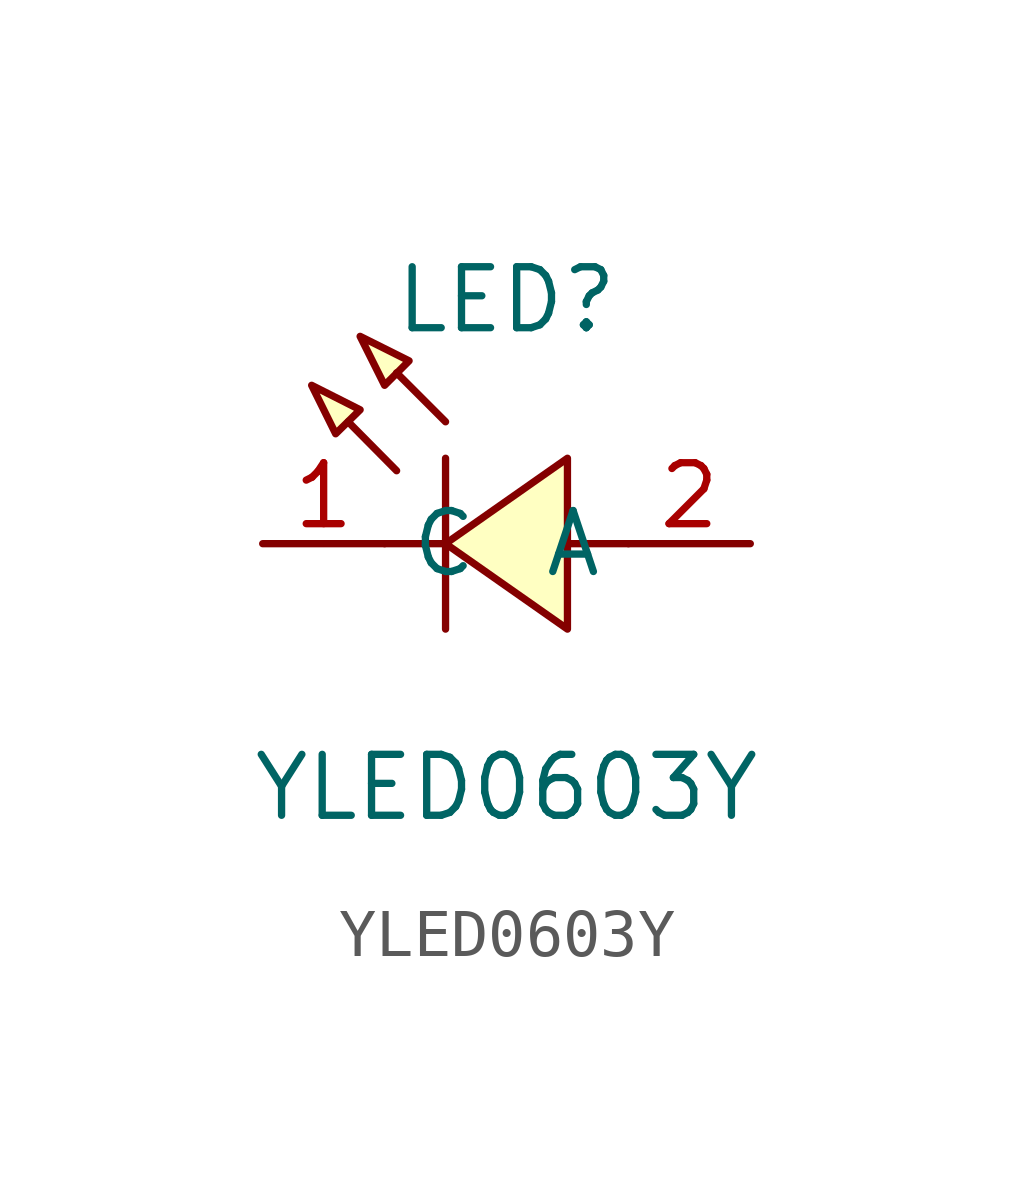
<source format=kicad_sym>
(kicad_symbol_lib
  (version 20211014)
  (generator https://github.com/uPesy/easyeda2kicad.py)
  (symbol "YLED0603Y"
    (property "Reference" "LED"
      (at 0 5.08 0)
      (effects (font (size 1.27 1.27))))
    (property "Value" "YLED0603Y"
      (at 0 -5.08 0)
      (effects (font (size 1.27 1.27))))
    (symbol "YLED0603Y_0_1"
      (polyline (pts (xy -4.06 3.30) (xy -3.05 2.79) (xy -3.56 2.29) (xy -4.06 3.30)) (stroke (width 0) (type default) (color 0 0 0 0)) (fill (type background)))
      (polyline (pts (xy -3.05 4.32) (xy -2.03 3.81) (xy -2.54 3.30) (xy -3.05 4.32)) (stroke (width 0) (type default) (color 0 0 0 0)) (fill (type background)))
      (polyline (pts (xy 1.27 1.78) (xy -1.27 -0.00) (xy 1.27 -1.78) (xy 1.27 1.78)) (stroke (width 0) (type default) (color 0 0 0 0)) (fill (type background)))
      (polyline (pts (xy -2.29 1.52) (xy -3.30 2.54) (xy -2.29 1.52)) (stroke (width 0) (type default) (color 0 0 0 0)) (fill (type background)))
      (polyline (pts (xy -1.27 2.54) (xy -2.29 3.56) (xy -1.27 2.54)) (stroke (width 0) (type default) (color 0 0 0 0)) (fill (type background)))
      (polyline (pts (xy -1.27 -0.00) (xy -2.54 -0.00)) (stroke (width 0) (type default) (color 0 0 0 0)) (fill (type none)))
      (polyline (pts (xy 2.54 -0.00) (xy 1.27 -0.00)) (stroke (width 0) (type default) (color 0 0 0 0)) (fill (type none)))
      (polyline (pts (xy -1.27 1.78) (xy -1.27 -1.78)) (stroke (width 0) (type default) (color 0 0 0 0)) (fill (type none)))
      (pin unspecified line (at -5.08 -0.00 0) (length 2.54) (name "C" (effects (font (size 1.27 1.27)))) (number "1" (effects (font (size 1.27 1.27)))))
      (pin unspecified line (at 5.08 -0.00 180) (length 2.54) (name "A" (effects (font (size 1.27 1.27)))) (number "2" (effects (font (size 1.27 1.27))))))))
</source>
